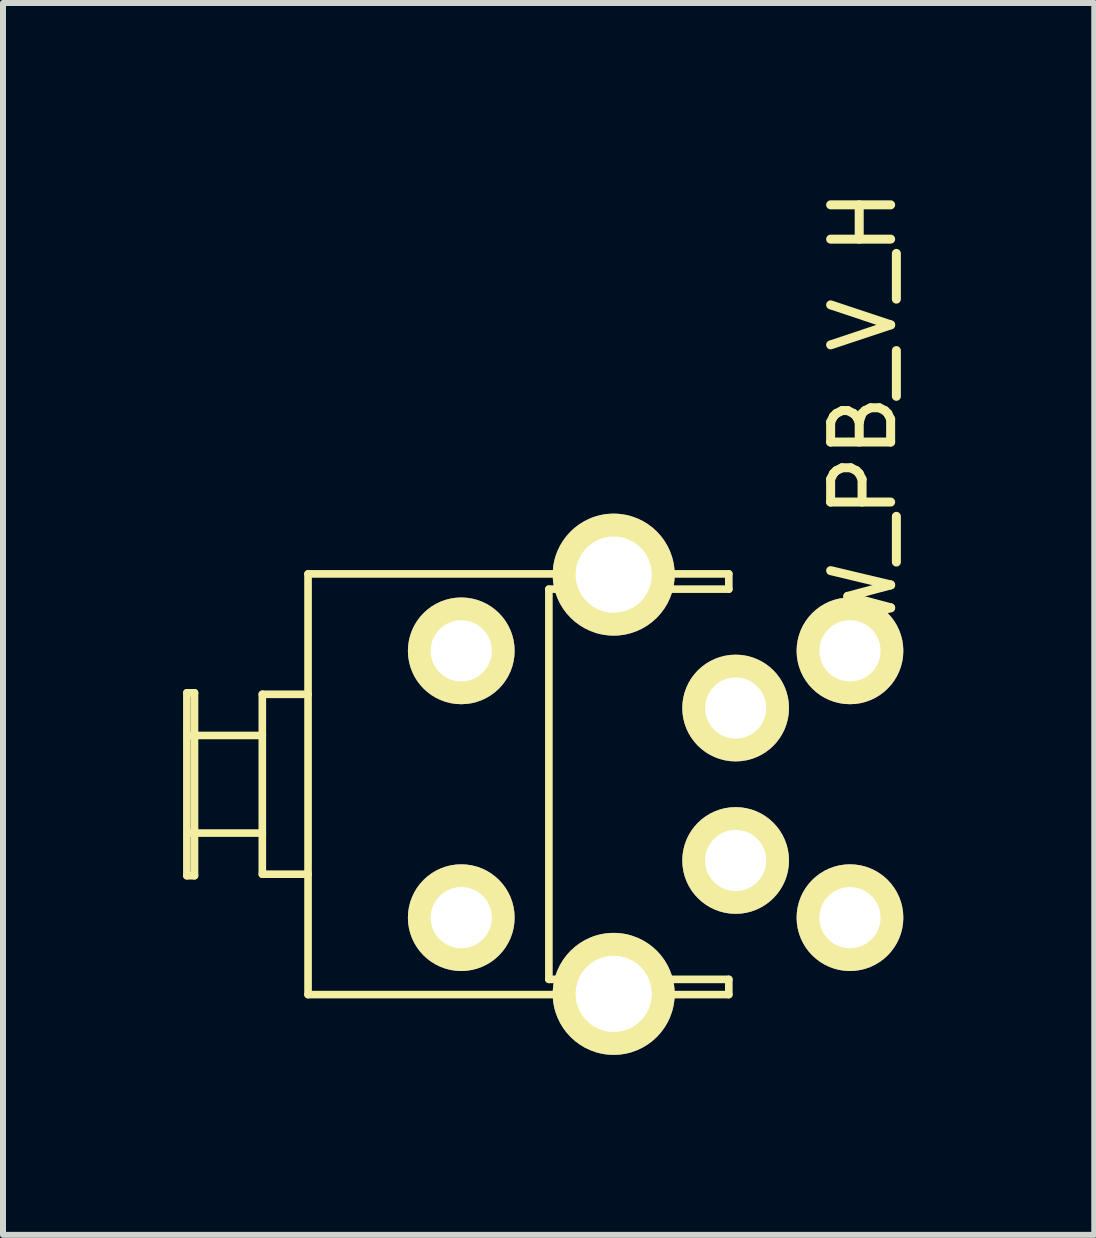
<source format=kicad_pcb>
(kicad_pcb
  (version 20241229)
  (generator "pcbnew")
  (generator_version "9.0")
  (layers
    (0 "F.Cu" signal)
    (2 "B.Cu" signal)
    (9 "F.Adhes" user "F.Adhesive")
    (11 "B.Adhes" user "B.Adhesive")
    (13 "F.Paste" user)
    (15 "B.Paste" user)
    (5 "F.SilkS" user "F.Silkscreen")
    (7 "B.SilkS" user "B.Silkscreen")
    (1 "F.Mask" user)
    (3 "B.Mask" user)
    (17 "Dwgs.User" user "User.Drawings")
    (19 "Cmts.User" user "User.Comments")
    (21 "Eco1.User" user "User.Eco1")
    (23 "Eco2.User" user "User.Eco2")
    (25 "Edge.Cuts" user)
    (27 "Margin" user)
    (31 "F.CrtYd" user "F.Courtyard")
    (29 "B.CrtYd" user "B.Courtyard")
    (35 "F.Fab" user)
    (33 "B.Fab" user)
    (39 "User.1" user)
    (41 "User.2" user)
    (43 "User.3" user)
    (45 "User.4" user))
  (footprint "SW_PB_V_H"
    (layer "F.Cu")
    (at 4.636 10.018)
    (property "Reference" "SW_PB_V_H" (at 6.7 -5.75 90) (layer "F.SilkS") (effects (font (size 1 1) (thickness 0.15))))
    (attr smd)
    (fp_line (start -4.572 -1.524) (end -4.445 -1.524) (stroke (width 0.127) (type solid)) (layer "F.SilkS"))
    (fp_line (start -4.572 1.524) (end -4.572 -1.524) (stroke (width 0.127) (type solid)) (layer "F.SilkS"))
    (fp_line (start -4.559 -0.813) (end -3.315 -0.813) (stroke (width 0.127) (type solid)) (layer "F.SilkS"))
    (fp_line (start -4.559 0.813) (end -3.315 0.813) (stroke (width 0.127) (type solid)) (layer "F.SilkS"))
    (fp_line (start -4.445 -1.524) (end -4.445 1.524) (stroke (width 0.127) (type solid)) (layer "F.SilkS"))
    (fp_line (start -4.445 1.524) (end -4.572 1.524) (stroke (width 0.127) (type solid)) (layer "F.SilkS"))
    (fp_line (start -3.315 -1.499) (end -3.315 1.499) (stroke (width 0.127) (type solid)) (layer "F.SilkS"))
    (fp_line (start -3.315 1.499) (end -2.553 1.499) (stroke (width 0.127) (type solid)) (layer "F.SilkS"))
    (fp_line (start -2.553 -3.505) (end 4.458 -3.505) (stroke (width 0.127) (type solid)) (layer "F.SilkS"))
    (fp_line (start -2.553 -1.499) (end -3.315 -1.499) (stroke (width 0.127) (type solid)) (layer "F.SilkS"))
    (fp_line (start -2.553 3.505) (end -2.553 -3.505) (stroke (width 0.127) (type solid)) (layer "F.SilkS"))
    (fp_line (start 1.46 -3.251) (end 1.46 3.251) (stroke (width 0.127) (type solid)) (layer "F.SilkS"))
    (fp_line (start 1.46 3.251) (end 4.458 3.251) (stroke (width 0.127) (type solid)) (layer "F.SilkS"))
    (fp_line (start 4.458 -3.505) (end 4.458 -3.251) (stroke (width 0.127) (type solid)) (layer "F.SilkS"))
    (fp_line (start 4.458 -3.251) (end 1.46 -3.251) (stroke (width 0.127) (type solid)) (layer "F.SilkS"))
    (fp_line (start 4.458 3.251) (end 4.458 3.505) (stroke (width 0.127) (type solid)) (layer "F.SilkS"))
    (fp_line (start 4.458 3.505) (end -2.553 3.505) (stroke (width 0.127) (type solid)) (layer "F.SilkS"))
    (pad "1" thru_hole circle (at 0 -2.223) (size 1.778 1.778) (drill 1.02) (layers "*.Cu" "*.Mask" "F.SilkS"))
    (pad "1" thru_hole circle (at 4.572 -1.27) (size 1.778 1.778) (drill 1.02) (layers "*.Cu" "*.Mask" "F.SilkS"))
    (pad "1" thru_hole circle (at 6.477 -2.223) (size 1.778 1.778) (drill 1.02) (layers "*.Cu" "*.Mask" "F.SilkS"))
    (pad "2" thru_hole circle (at 0 2.223) (size 1.778 1.778) (drill 1.02) (layers "*.Cu" "*.Mask" "F.SilkS"))
    (pad "2" thru_hole circle (at 4.572 1.27) (size 1.778 1.778) (drill 1.02) (layers "*.Cu" "*.Mask" "F.SilkS"))
    (pad "2" thru_hole circle (at 6.477 2.223) (size 1.778 1.778) (drill 1.02) (layers "*.Cu" "*.Mask" "F.SilkS"))
    (pad "3" thru_hole circle (at 2.54 -3.493) (size 2.032 2.032) (drill 1.27) (layers "*.Cu" "*.Mask" "F.SilkS"))
    (pad "3" thru_hole circle (at 2.54 3.493) (size 2.032 2.032) (drill 1.27) (layers "*.Cu" "*.Mask" "F.SilkS")))
  (gr_rect
    (start -3 -3)
    (end 15.184 17.526)
    (stroke (width 0.1) (type default))
    (fill no)
    (layer "Edge.Cuts")))
</source>
